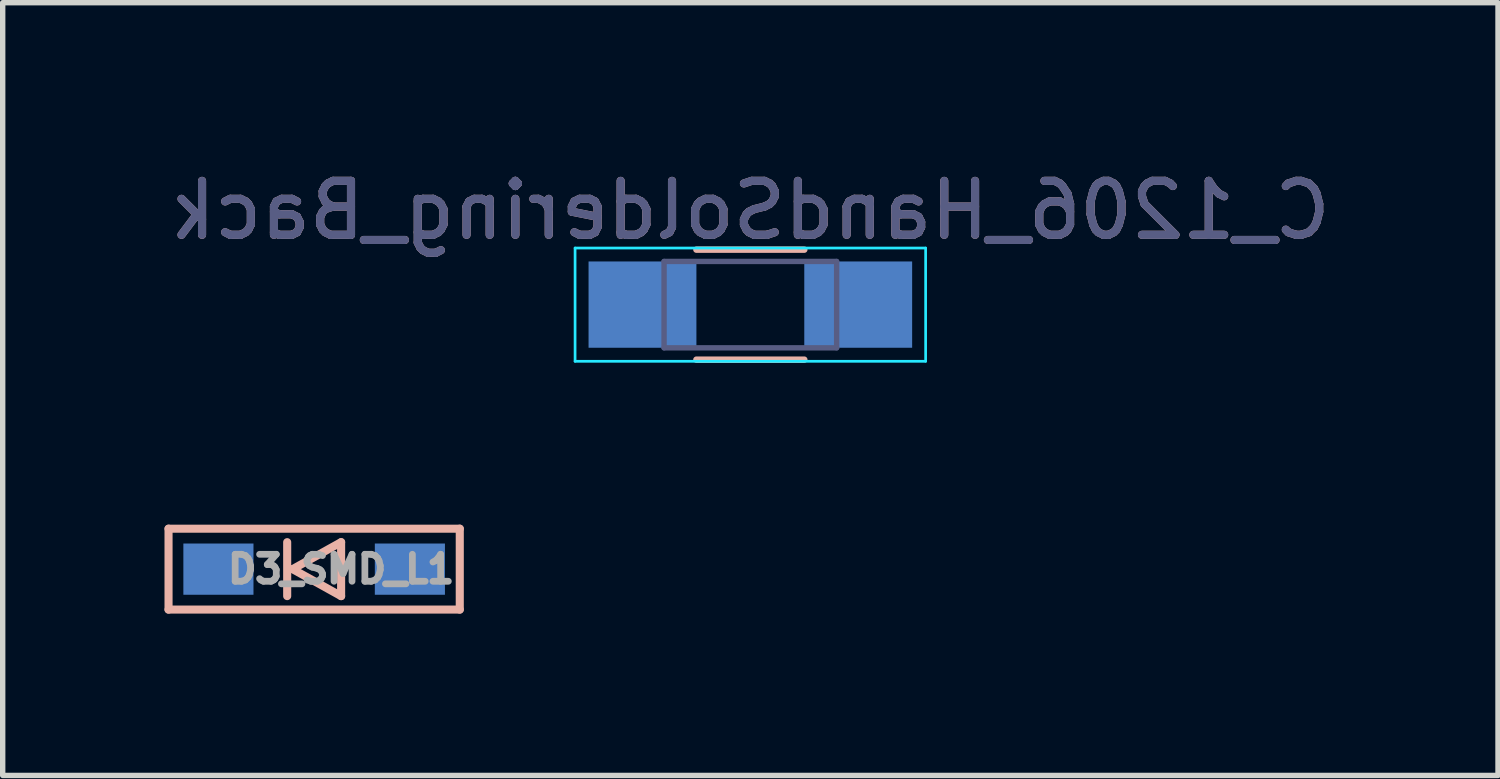
<source format=kicad_pcb>
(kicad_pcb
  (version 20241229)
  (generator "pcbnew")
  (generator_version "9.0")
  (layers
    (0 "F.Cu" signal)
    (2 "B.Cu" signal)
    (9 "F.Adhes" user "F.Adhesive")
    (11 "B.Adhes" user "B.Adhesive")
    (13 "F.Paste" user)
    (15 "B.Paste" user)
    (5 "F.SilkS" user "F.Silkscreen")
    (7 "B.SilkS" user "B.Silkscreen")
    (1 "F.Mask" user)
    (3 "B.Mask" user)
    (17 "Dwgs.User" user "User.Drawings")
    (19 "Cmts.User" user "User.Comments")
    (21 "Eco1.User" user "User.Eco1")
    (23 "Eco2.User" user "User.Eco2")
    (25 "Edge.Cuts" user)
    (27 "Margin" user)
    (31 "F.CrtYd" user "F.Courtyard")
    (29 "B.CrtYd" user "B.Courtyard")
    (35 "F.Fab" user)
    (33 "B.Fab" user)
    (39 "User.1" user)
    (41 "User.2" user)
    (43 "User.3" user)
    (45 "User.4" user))
  (footprint "D3_SMD_L1"
    (layer "F.Cu")
    (at 2.775 7.503)
    (property "Reference" "D3_SMD_L1" (at 0.5 0 0) (layer "F.Fab") (effects (font (size 0.5 0.5) (thickness 0.125))))
    (attr through_hole)
    (fp_line (start -2.7 -0.75) (end -2.7 0.75) (stroke (width 0.15) (type solid)) (layer "B.SilkS"))
    (fp_line (start -2.7 0.75) (end 2.7 0.75) (stroke (width 0.15) (type solid)) (layer "B.SilkS"))
    (fp_line (start -0.5 -0.5) (end -0.5 0.5) (stroke (width 0.15) (type solid)) (layer "B.SilkS"))
    (fp_line (start -0.4 0) (end 0.5 -0.5) (stroke (width 0.15) (type solid)) (layer "B.SilkS"))
    (fp_line (start 0.5 -0.5) (end 0.5 0.5) (stroke (width 0.15) (type solid)) (layer "B.SilkS"))
    (fp_line (start 0.5 0.5) (end -0.4 0) (stroke (width 0.15) (type solid)) (layer "B.SilkS"))
    (fp_line (start 2.7 -0.75) (end -2.7 -0.75) (stroke (width 0.15) (type solid)) (layer "B.SilkS"))
    (fp_line (start 2.7 0.75) (end 2.7 -0.75) (stroke (width 0.15) (type solid)) (layer "B.SilkS"))
    (pad "1" smd rect (at -1.775 0) (size 1.3 0.95) (layers "B.Cu" "B.Mask" "B.Paste"))
    (pad "2" smd rect (at 1.775 0) (size 1.3 0.95) (layers "B.Cu" "B.Mask" "B.Paste")))
  (footprint "C_1206_HandSoldering_Back"
    (layer "F.Cu")
    (at 10.863 2.791)
    (property "Reference" "C_1206_HandSoldering_Back" (at 0 -1.942 180) (layer "B.SilkS") (effects (font (size 1 1) (thickness 0.15)) (justify mirror)))
    (attr smd)
    (fp_line (start -1 -1.212) (end 1 -1.212) (stroke (width 0.12) (type solid)) (layer "B.SilkS"))
    (fp_line (start 1 0.828) (end -1 0.828) (stroke (width 0.12) (type solid)) (layer "B.SilkS"))
    (fp_line (start -3.25 0.858) (end -3.25 -1.242) (stroke (width 0.05) (type solid)) (layer "B.CrtYd"))
    (fp_line (start -3.25 0.858) (end 3.25 0.858) (stroke (width 0.05) (type solid)) (layer "B.CrtYd"))
    (fp_line (start 3.25 -1.242) (end -3.25 -1.242) (stroke (width 0.05) (type solid)) (layer "B.CrtYd"))
    (fp_line (start 3.25 -1.242) (end 3.25 0.858) (stroke (width 0.05) (type solid)) (layer "B.CrtYd"))
    (fp_line (start -1.6 -0.993) (end -1.6 0.608) (stroke (width 0.1) (type solid)) (layer "B.Fab"))
    (fp_line (start -1.6 0.608) (end 1.6 0.608) (stroke (width 0.1) (type solid)) (layer "B.Fab"))
    (fp_line (start 1.6 -0.993) (end -1.6 -0.993) (stroke (width 0.1) (type solid)) (layer "B.Fab"))
    (fp_line (start 1.6 0.608) (end 1.6 -0.993) (stroke (width 0.1) (type solid)) (layer "B.Fab"))
    (fp_text user "${REFERENCE}" (at 0 -1.942 180) (layer "B.Fab") (effects (font (size 1 1) (thickness 0.15)) (justify mirror)))
    (pad "1" smd rect (at 2 -0.193 180) (size 2 1.6) (layers "B.Cu" "B.Mask" "B.Paste"))
    (pad "2" smd rect (at -2 -0.193 180) (size 2 1.6) (layers "B.Cu" "B.Mask" "B.Paste")))
  (gr_rect
    (start -3 -3)
    (end 24.726 11.328)
    (stroke (width 0.1) (type default))
    (fill no)
    (layer "Edge.Cuts")))
</source>
